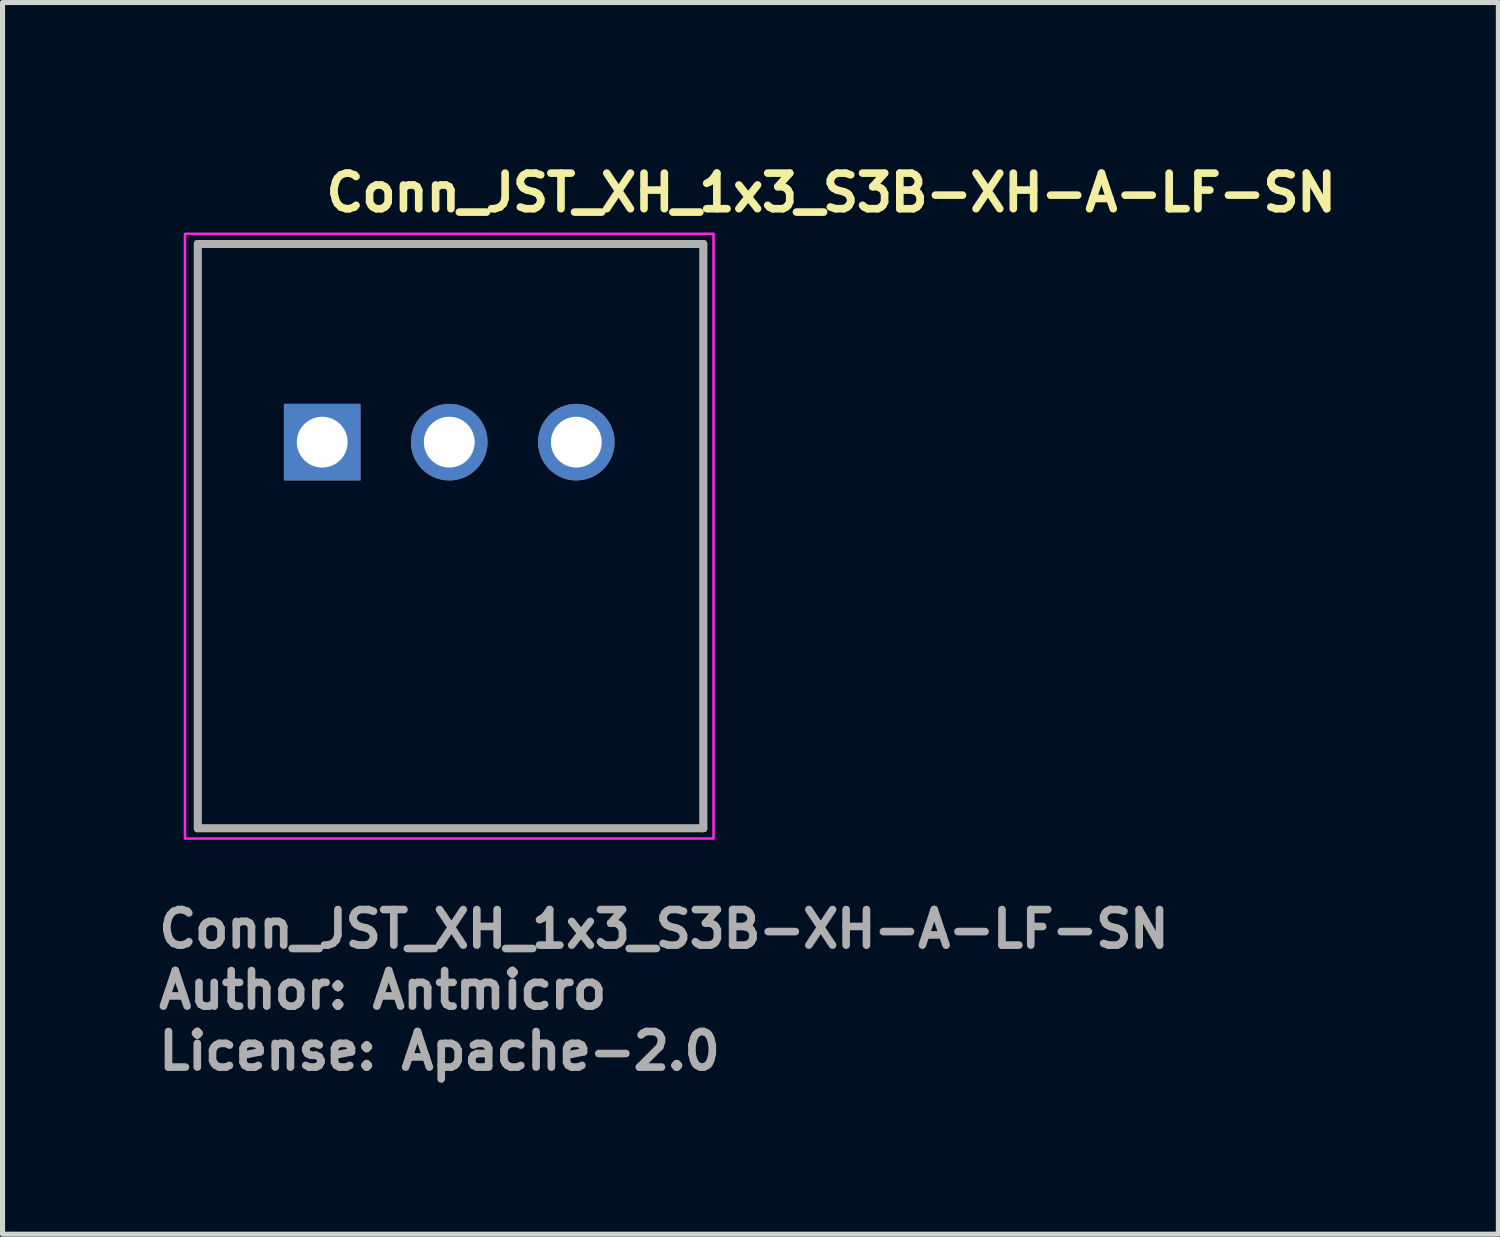
<source format=kicad_pcb>
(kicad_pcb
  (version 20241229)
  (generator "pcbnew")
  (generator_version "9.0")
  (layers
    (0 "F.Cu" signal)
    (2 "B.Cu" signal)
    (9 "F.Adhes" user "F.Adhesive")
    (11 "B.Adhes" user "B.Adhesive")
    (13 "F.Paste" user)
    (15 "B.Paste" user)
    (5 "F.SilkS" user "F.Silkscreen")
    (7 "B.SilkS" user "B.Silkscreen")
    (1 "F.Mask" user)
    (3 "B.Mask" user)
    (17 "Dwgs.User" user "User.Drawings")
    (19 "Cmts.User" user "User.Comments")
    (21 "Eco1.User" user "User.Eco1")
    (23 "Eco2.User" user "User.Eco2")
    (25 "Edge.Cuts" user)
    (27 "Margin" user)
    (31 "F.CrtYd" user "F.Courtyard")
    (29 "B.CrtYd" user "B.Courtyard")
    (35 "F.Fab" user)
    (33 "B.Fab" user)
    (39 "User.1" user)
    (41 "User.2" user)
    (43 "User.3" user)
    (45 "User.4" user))
  (footprint "Conn_JST_XH_1x3_S3B-XH-A-LF-SN"
    (layer "F.Cu")
    (at 3.29 5.65)
    (property "Reference" "Conn_JST_XH_1x3_S3B-XH-A-LF-SN" (at 0 -4.5 0) (layer "F.SilkS") (effects (font (size 0.7 0.7) (thickness 0.15)) (justify left bottom)))
    (attr through_hole)
    (fp_line (start -2.45 -3.9) (end 7.5 -3.9) (stroke (width 0.15) (type solid)) (layer "F.SilkS"))
    (fp_line (start -2.45 7.599) (end -2.45 -3.9) (stroke (width 0.15) (type solid)) (layer "F.SilkS"))
    (fp_line (start 7.5 -3.9) (end 7.5 7.599) (stroke (width 0.15) (type solid)) (layer "F.SilkS"))
    (fp_line (start 7.5 7.599) (end -2.45 7.599) (stroke (width 0.15) (type solid)) (layer "F.SilkS"))
    (fp_rect (start -2.7 -4.1) (end 7.7 7.8) (stroke (width 0.05) (type solid)) (fill no) (layer "F.CrtYd"))
    (fp_line (start -2.45 -3.9) (end 7.5 -3.9) (stroke (width 0.15) (type solid)) (layer "F.Fab"))
    (fp_line (start -2.45 7.599) (end -2.45 -3.9) (stroke (width 0.15) (type solid)) (layer "F.Fab"))
    (fp_line (start 7.5 -3.9) (end 7.5 7.599) (stroke (width 0.15) (type solid)) (layer "F.Fab"))
    (fp_line (start 7.5 7.599) (end -2.45 7.599) (stroke (width 0.15) (type solid)) (layer "F.Fab"))
    (fp_rect (start -2.45 -3.9) (end 7.45 7.599) (stroke (width 0.1) (type solid)) (fill no) (layer "User.5"))
    (fp_line (start -2.45 -3.9) (end -2.45 0.6) (stroke (width 0.02) (type solid)) (layer "User.9"))
    (fp_line (start -2.45 0.6) (end -2.45 7.599) (stroke (width 0.02) (type solid)) (layer "User.9"))
    (fp_line (start -1.549 -3.9) (end -2.45 -3.9) (stroke (width 0.02) (type solid)) (layer "User.9"))
    (fp_line (start -1.549 -3.9) (end -1.549 0.6) (stroke (width 0.02) (type solid)) (layer "User.9"))
    (fp_line (start -0.75 0.6) (end -2.45 0.6) (stroke (width 0.02) (type solid)) (layer "User.9"))
    (fp_line (start -0.75 0.6) (end -0.75 1.6) (stroke (width 0.02) (type solid)) (layer "User.9"))
    (fp_line (start -0.75 1.6) (end 0.75 1.6) (stroke (width 0.02) (type solid)) (layer "User.9"))
    (fp_line (start -0.5 4.6) (end -0.5 6.669) (stroke (width 0.02) (type solid)) (layer "User.9"))
    (fp_line (start -0.5 6.669) (end -0.499 6.675) (stroke (width 0.02) (type solid)) (layer "User.9"))
    (fp_line (start -0.5 7.13) (end -0.5 7.599) (stroke (width 0.02) (type solid)) (layer "User.9"))
    (fp_line (start -0.5 7.599) (end -2.45 7.599) (stroke (width 0.02) (type solid)) (layer "User.9"))
    (fp_line (start -0.5 7.599) (end 0.949 7.599) (stroke (width 0.02) (type solid)) (layer "User.9"))
    (fp_line (start -0.499 4.565) (end -0.5 4.6) (stroke (width 0.02) (type solid)) (layer "User.9"))
    (fp_line (start -0.499 6.675) (end -0.499 6.682) (stroke (width 0.02) (type solid)) (layer "User.9"))
    (fp_line (start -0.499 6.682) (end -0.498 6.688) (stroke (width 0.02) (type solid)) (layer "User.9"))
    (fp_line (start -0.499 7.117) (end -0.499 7.12) (stroke (width 0.02) (type solid)) (layer "User.9"))
    (fp_line (start -0.499 7.12) (end -0.499 7.124) (stroke (width 0.02) (type solid)) (layer "User.9"))
    (fp_line (start -0.499 7.124) (end -0.499 7.127) (stroke (width 0.02) (type solid)) (layer "User.9"))
    (fp_line (start -0.499 7.127) (end -0.5 7.13) (stroke (width 0.02) (type solid)) (layer "User.9"))
    (fp_line (start -0.498 6.688) (end -0.496 6.695) (stroke (width 0.02) (type solid)) (layer "User.9"))
    (fp_line (start -0.498 7.111) (end -0.498 7.114) (stroke (width 0.02) (type solid)) (layer "User.9"))
    (fp_line (start -0.498 7.114) (end -0.499 7.117) (stroke (width 0.02) (type solid)) (layer "User.9"))
    (fp_line (start -0.497 7.108) (end -0.498 7.111) (stroke (width 0.02) (type solid)) (layer "User.9"))
    (fp_line (start -0.496 4.53) (end -0.499 4.565) (stroke (width 0.02) (type solid)) (layer "User.9"))
    (fp_line (start -0.496 6.695) (end -0.494 6.701) (stroke (width 0.02) (type solid)) (layer "User.9"))
    (fp_line (start -0.496 7.104) (end -0.497 7.108) (stroke (width 0.02) (type solid)) (layer "User.9"))
    (fp_line (start -0.495 7.101) (end -0.496 7.104) (stroke (width 0.02) (type solid)) (layer "User.9"))
    (fp_line (start -0.494 6.701) (end -0.492 6.707) (stroke (width 0.02) (type solid)) (layer "User.9"))
    (fp_line (start -0.494 7.098) (end -0.495 7.101) (stroke (width 0.02) (type solid)) (layer "User.9"))
    (fp_line (start -0.493 7.095) (end -0.494 7.098) (stroke (width 0.02) (type solid)) (layer "User.9"))
    (fp_line (start -0.492 4.496) (end -0.496 4.53) (stroke (width 0.02) (type solid)) (layer "User.9"))
    (fp_line (start -0.492 6.707) (end -0.489 6.713) (stroke (width 0.02) (type solid)) (layer "User.9"))
    (fp_line (start -0.492 7.092) (end -0.493 7.095) (stroke (width 0.02) (type solid)) (layer "User.9"))
    (fp_line (start -0.491 7.089) (end -0.492 7.092) (stroke (width 0.02) (type solid)) (layer "User.9"))
    (fp_line (start -0.489 6.713) (end -0.486 6.719) (stroke (width 0.02) (type solid)) (layer "User.9"))
    (fp_line (start -0.489 7.086) (end -0.491 7.089) (stroke (width 0.02) (type solid)) (layer "User.9"))
    (fp_line (start -0.488 7.083) (end -0.489 7.086) (stroke (width 0.02) (type solid)) (layer "User.9"))
    (fp_line (start -0.486 4.462) (end -0.492 4.496) (stroke (width 0.02) (type solid)) (layer "User.9"))
    (fp_line (start -0.486 6.719) (end -0.483 6.724) (stroke (width 0.02) (type solid)) (layer "User.9"))
    (fp_line (start -0.486 7.08) (end -0.488 7.083) (stroke (width 0.02) (type solid)) (layer "User.9"))
    (fp_line (start -0.484 7.078) (end -0.486 7.08) (stroke (width 0.02) (type solid)) (layer "User.9"))
    (fp_line (start -0.483 6.724) (end -0.479 6.729) (stroke (width 0.02) (type solid)) (layer "User.9"))
    (fp_line (start -0.483 7.075) (end -0.484 7.078) (stroke (width 0.02) (type solid)) (layer "User.9"))
    (fp_line (start -0.481 7.072) (end -0.483 7.075) (stroke (width 0.02) (type solid)) (layer "User.9"))
    (fp_line (start -0.479 6.729) (end -0.475 6.734) (stroke (width 0.02) (type solid)) (layer "User.9"))
    (fp_line (start -0.479 7.07) (end -0.481 7.072) (stroke (width 0.02) (type solid)) (layer "User.9"))
    (fp_line (start -0.478 4.429) (end -0.486 4.462) (stroke (width 0.02) (type solid)) (layer "User.9"))
    (fp_line (start -0.477 7.067) (end -0.479 7.07) (stroke (width 0.02) (type solid)) (layer "User.9"))
    (fp_line (start -0.475 6.734) (end -0.47 6.739) (stroke (width 0.02) (type solid)) (layer "User.9"))
    (fp_line (start -0.475 7.065) (end -0.477 7.067) (stroke (width 0.02) (type solid)) (layer "User.9"))
    (fp_line (start -0.473 7.062) (end -0.475 7.065) (stroke (width 0.02) (type solid)) (layer "User.9"))
    (fp_line (start -0.47 6.739) (end -0.466 6.744) (stroke (width 0.02) (type solid)) (layer "User.9"))
    (fp_line (start -0.47 7.06) (end -0.473 7.062) (stroke (width 0.02) (type solid)) (layer "User.9"))
    (fp_line (start -0.469 4.396) (end -0.478 4.429) (stroke (width 0.02) (type solid)) (layer "User.9"))
    (fp_line (start -0.468 7.058) (end -0.47 7.06) (stroke (width 0.02) (type solid)) (layer "User.9"))
    (fp_line (start -0.466 6.744) (end -0.461 6.748) (stroke (width 0.02) (type solid)) (layer "User.9"))
    (fp_line (start -0.466 7.055) (end -0.468 7.058) (stroke (width 0.02) (type solid)) (layer "User.9"))
    (fp_line (start -0.463 7.053) (end -0.466 7.055) (stroke (width 0.02) (type solid)) (layer "User.9"))
    (fp_line (start -0.461 6.748) (end -0.455 6.752) (stroke (width 0.02) (type solid)) (layer "User.9"))
    (fp_line (start -0.461 7.051) (end -0.463 7.053) (stroke (width 0.02) (type solid)) (layer "User.9"))
    (fp_line (start -0.459 4.363) (end -0.469 4.396) (stroke (width 0.02) (type solid)) (layer "User.9"))
    (fp_line (start -0.458 7.049) (end -0.461 7.051) (stroke (width 0.02) (type solid)) (layer "User.9"))
    (fp_line (start -0.455 6.752) (end -0.45 6.755) (stroke (width 0.02) (type solid)) (layer "User.9"))
    (fp_line (start -0.455 7.047) (end -0.458 7.049) (stroke (width 0.02) (type solid)) (layer "User.9"))
    (fp_line (start -0.452 7.046) (end -0.455 7.047) (stroke (width 0.02) (type solid)) (layer "User.9"))
    (fp_line (start -0.45 6.755) (end -0.35 6.813) (stroke (width 0.02) (type solid)) (layer "User.9"))
    (fp_line (start -0.45 7.044) (end -0.452 7.046) (stroke (width 0.02) (type solid)) (layer "User.9"))
    (fp_line (start -0.446 4.332) (end -0.459 4.363) (stroke (width 0.02) (type solid)) (layer "User.9"))
    (fp_line (start -0.432 4.3) (end -0.446 4.332) (stroke (width 0.02) (type solid)) (layer "User.9"))
    (fp_line (start -0.417 4.27) (end -0.432 4.3) (stroke (width 0.02) (type solid)) (layer "User.9"))
    (fp_line (start -0.4 4.24) (end -0.417 4.27) (stroke (width 0.02) (type solid)) (layer "User.9"))
    (fp_line (start -0.382 4.211) (end -0.4 4.24) (stroke (width 0.02) (type solid)) (layer "User.9"))
    (fp_line (start -0.362 4.183) (end -0.382 4.211) (stroke (width 0.02) (type solid)) (layer "User.9"))
    (fp_line (start -0.35 6.813) (end -0.347 6.815) (stroke (width 0.02) (type solid)) (layer "User.9"))
    (fp_line (start -0.35 6.986) (end -0.45 7.044) (stroke (width 0.02) (type solid)) (layer "User.9"))
    (fp_line (start -0.347 6.815) (end -0.344 6.816) (stroke (width 0.02) (type solid)) (layer "User.9"))
    (fp_line (start -0.344 6.816) (end -0.341 6.818) (stroke (width 0.02) (type solid)) (layer "User.9"))
    (fp_line (start -0.344 6.983) (end -0.35 6.986) (stroke (width 0.02) (type solid)) (layer "User.9"))
    (fp_line (start -0.341 4.156) (end -0.362 4.183) (stroke (width 0.02) (type solid)) (layer "User.9"))
    (fp_line (start -0.341 6.818) (end -0.338 6.82) (stroke (width 0.02) (type solid)) (layer "User.9"))
    (fp_line (start -0.338 6.82) (end -0.336 6.822) (stroke (width 0.02) (type solid)) (layer "User.9"))
    (fp_line (start -0.338 6.979) (end -0.344 6.983) (stroke (width 0.02) (type solid)) (layer "User.9"))
    (fp_line (start -0.336 6.822) (end -0.333 6.824) (stroke (width 0.02) (type solid)) (layer "User.9"))
    (fp_line (start -0.333 6.824) (end -0.331 6.827) (stroke (width 0.02) (type solid)) (layer "User.9"))
    (fp_line (start -0.333 6.975) (end -0.338 6.979) (stroke (width 0.02) (type solid)) (layer "User.9"))
    (fp_line (start -0.331 6.827) (end -0.329 6.829) (stroke (width 0.02) (type solid)) (layer "User.9"))
    (fp_line (start -0.329 6.829) (end -0.326 6.831) (stroke (width 0.02) (type solid)) (layer "User.9"))
    (fp_line (start -0.329 6.97) (end -0.333 6.975) (stroke (width 0.02) (type solid)) (layer "User.9"))
    (fp_line (start -0.326 6.831) (end -0.324 6.834) (stroke (width 0.02) (type solid)) (layer "User.9"))
    (fp_line (start -0.324 6.834) (end -0.322 6.836) (stroke (width 0.02) (type solid)) (layer "User.9"))
    (fp_line (start -0.324 6.965) (end -0.329 6.97) (stroke (width 0.02) (type solid)) (layer "User.9"))
    (fp_line (start -0.322 6.836) (end -0.32 6.839) (stroke (width 0.02) (type solid)) (layer "User.9"))
    (fp_line (start -0.32 6.839) (end -0.318 6.841) (stroke (width 0.02) (type solid)) (layer "User.9"))
    (fp_line (start -0.32 6.96) (end -0.324 6.965) (stroke (width 0.02) (type solid)) (layer "User.9"))
    (fp_line (start -0.319 -0.32) (end -0.319 -0.311) (stroke (width 0.02) (type solid)) (layer "User.9"))
    (fp_line (start -0.319 -0.311) (end -0.319 -0.311) (stroke (width 0.02) (type solid)) (layer "User.9"))
    (fp_line (start -0.319 -0.311) (end -0.319 -0.286) (stroke (width 0.02) (type solid)) (layer "User.9"))
    (fp_line (start -0.319 -0.286) (end -0.319 -0.286) (stroke (width 0.02) (type solid)) (layer "User.9"))
    (fp_line (start -0.319 -0.286) (end -0.319 -0.245) (stroke (width 0.02) (type solid)) (layer "User.9"))
    (fp_line (start -0.319 -0.245) (end -0.319 -0.245) (stroke (width 0.02) (type solid)) (layer "User.9"))
    (fp_line (start -0.319 -0.245) (end -0.319 -0.189) (stroke (width 0.02) (type solid)) (layer "User.9"))
    (fp_line (start -0.319 -0.189) (end -0.319 -0.189) (stroke (width 0.02) (type solid)) (layer "User.9"))
    (fp_line (start -0.319 -0.189) (end -0.319 -0.117) (stroke (width 0.02) (type solid)) (layer "User.9"))
    (fp_line (start -0.319 -0.117) (end -0.319 -0.117) (stroke (width 0.02) (type solid)) (layer "User.9"))
    (fp_line (start -0.319 -0.117) (end -0.319 -0.032) (stroke (width 0.02) (type solid)) (layer "User.9"))
    (fp_line (start -0.319 -0.032) (end -0.319 -0.032) (stroke (width 0.02) (type solid)) (layer "User.9"))
    (fp_line (start -0.319 -0.032) (end -0.319 0.066) (stroke (width 0.02) (type solid)) (layer "User.9"))
    (fp_line (start -0.319 0.066) (end -0.319 0.066) (stroke (width 0.02) (type solid)) (layer "User.9"))
    (fp_line (start -0.319 0.066) (end -0.319 0.176) (stroke (width 0.02) (type solid)) (layer "User.9"))
    (fp_line (start -0.319 0.176) (end -0.319 0.176) (stroke (width 0.02) (type solid)) (layer "User.9"))
    (fp_line (start -0.319 0.176) (end -0.319 0.297) (stroke (width 0.02) (type solid)) (layer "User.9"))
    (fp_line (start -0.319 0.297) (end -0.319 0.297) (stroke (width 0.02) (type solid)) (layer "User.9"))
    (fp_line (start -0.319 0.297) (end -0.319 0.427) (stroke (width 0.02) (type solid)) (layer "User.9"))
    (fp_line (start -0.319 0.427) (end -0.319 0.427) (stroke (width 0.02) (type solid)) (layer "User.9"))
    (fp_line (start -0.319 0.427) (end -0.319 1) (stroke (width 0.02) (type solid)) (layer "User.9"))
    (fp_line (start -0.319 1) (end -0.319 1.6) (stroke (width 0.02) (type solid)) (layer "User.9"))
    (fp_line (start -0.319 4.131) (end -0.319 6.84) (stroke (width 0.02) (type solid)) (layer "User.9"))
    (fp_line (start -0.319 6.96) (end -0.319 6.987) (stroke (width 0.02) (type solid)) (layer "User.9"))
    (fp_line (start -0.319 6.987) (end 0.319 6.987) (stroke (width 0.02) (type solid)) (layer "User.9"))
    (fp_line (start -0.318 4.13) (end -0.341 4.156) (stroke (width 0.02) (type solid)) (layer "User.9"))
    (fp_line (start -0.318 6.841) (end -0.316 6.844) (stroke (width 0.02) (type solid)) (layer "User.9"))
    (fp_line (start -0.316 6.844) (end -0.315 6.847) (stroke (width 0.02) (type solid)) (layer "User.9"))
    (fp_line (start -0.316 6.955) (end -0.32 6.96) (stroke (width 0.02) (type solid)) (layer "User.9"))
    (fp_line (start -0.315 6.847) (end -0.313 6.85) (stroke (width 0.02) (type solid)) (layer "User.9"))
    (fp_line (start -0.313 6.85) (end -0.311 6.852) (stroke (width 0.02) (type solid)) (layer "User.9"))
    (fp_line (start -0.313 6.949) (end -0.316 6.955) (stroke (width 0.02) (type solid)) (layer "User.9"))
    (fp_line (start -0.311 6.852) (end -0.31 6.855) (stroke (width 0.02) (type solid)) (layer "User.9"))
    (fp_line (start -0.31 6.855) (end -0.308 6.858) (stroke (width 0.02) (type solid)) (layer "User.9"))
    (fp_line (start -0.31 6.944) (end -0.313 6.949) (stroke (width 0.02) (type solid)) (layer "User.9"))
    (fp_line (start -0.308 6.858) (end -0.307 6.861) (stroke (width 0.02) (type solid)) (layer "User.9"))
    (fp_line (start -0.307 6.861) (end -0.306 6.864) (stroke (width 0.02) (type solid)) (layer "User.9"))
    (fp_line (start -0.307 6.938) (end -0.31 6.944) (stroke (width 0.02) (type solid)) (layer "User.9"))
    (fp_line (start -0.306 6.864) (end -0.305 6.867) (stroke (width 0.02) (type solid)) (layer "User.9"))
    (fp_line (start -0.305 6.867) (end -0.304 6.87) (stroke (width 0.02) (type solid)) (layer "User.9"))
    (fp_line (start -0.305 6.932) (end -0.307 6.938) (stroke (width 0.02) (type solid)) (layer "User.9"))
    (fp_line (start -0.304 6.87) (end -0.303 6.873) (stroke (width 0.02) (type solid)) (layer "User.9"))
    (fp_line (start -0.303 6.873) (end -0.302 6.877) (stroke (width 0.02) (type solid)) (layer "User.9"))
    (fp_line (start -0.303 6.926) (end -0.305 6.932) (stroke (width 0.02) (type solid)) (layer "User.9"))
    (fp_line (start -0.302 6.877) (end -0.301 6.88) (stroke (width 0.02) (type solid)) (layer "User.9"))
    (fp_line (start -0.301 6.88) (end -0.301 6.883) (stroke (width 0.02) (type solid)) (layer "User.9"))
    (fp_line (start -0.301 6.883) (end -0.3 6.886) (stroke (width 0.02) (type solid)) (layer "User.9"))
    (fp_line (start -0.301 6.919) (end -0.303 6.926) (stroke (width 0.02) (type solid)) (layer "User.9"))
    (fp_line (start -0.3 6.886) (end -0.3 6.89) (stroke (width 0.02) (type solid)) (layer "User.9"))
    (fp_line (start -0.3 6.89) (end -0.3 6.893) (stroke (width 0.02) (type solid)) (layer "User.9"))
    (fp_line (start -0.3 6.893) (end -0.3 6.896) (stroke (width 0.02) (type solid)) (layer "User.9"))
    (fp_line (start -0.3 6.896) (end -0.3 6.9) (stroke (width 0.02) (type solid)) (layer "User.9"))
    (fp_line (start -0.3 6.9) (end -0.3 6.9) (stroke (width 0.02) (type solid)) (layer "User.9"))
    (fp_line (start -0.3 6.9) (end -0.3 6.906) (stroke (width 0.02) (type solid)) (layer "User.9"))
    (fp_line (start -0.3 6.906) (end -0.3 6.913) (stroke (width 0.02) (type solid)) (layer "User.9"))
    (fp_line (start -0.3 6.913) (end -0.301 6.919) (stroke (width 0.02) (type solid)) (layer "User.9"))
    (fp_line (start -0.294 4.105) (end -0.318 4.13) (stroke (width 0.02) (type solid)) (layer "User.9"))
    (fp_line (start -0.294 4.105) (end -0.294 4.105) (stroke (width 0.02) (type solid)) (layer "User.9"))
    (fp_line (start -0.269 4.081) (end -0.294 4.105) (stroke (width 0.02) (type solid)) (layer "User.9"))
    (fp_line (start -0.243 4.057) (end -0.269 4.081) (stroke (width 0.02) (type solid)) (layer "User.9"))
    (fp_line (start -0.216 4.037) (end -0.243 4.057) (stroke (width 0.02) (type solid)) (layer "User.9"))
    (fp_line (start -0.188 4.017) (end -0.216 4.037) (stroke (width 0.02) (type solid)) (layer "User.9"))
    (fp_line (start -0.169 7.4) (end -0.319 6.987) (stroke (width 0.02) (type solid)) (layer "User.9"))
    (fp_line (start -0.159 3.999) (end -0.188 4.017) (stroke (width 0.02) (type solid)) (layer "User.9"))
    (fp_line (start -0.129 3.982) (end -0.159 3.999) (stroke (width 0.02) (type solid)) (layer "User.9"))
    (fp_line (start -0.099 3.967) (end -0.129 3.982) (stroke (width 0.02) (type solid)) (layer "User.9"))
    (fp_line (start -0.067 3.953) (end -0.099 3.967) (stroke (width 0.02) (type solid)) (layer "User.9"))
    (fp_line (start -0.036 3.94) (end -0.067 3.953) (stroke (width 0.02) (type solid)) (layer "User.9"))
    (fp_line (start -0.003 3.93) (end -0.036 3.94) (stroke (width 0.02) (type solid)) (layer "User.9"))
    (fp_line (start 0.029 3.921) (end -0.003 3.93) (stroke (width 0.02) (type solid)) (layer "User.9"))
    (fp_line (start 0.062 3.913) (end 0.029 3.921) (stroke (width 0.02) (type solid)) (layer "User.9"))
    (fp_line (start 0.096 3.907) (end 0.062 3.913) (stroke (width 0.02) (type solid)) (layer "User.9"))
    (fp_line (start 0.13 3.903) (end 0.096 3.907) (stroke (width 0.02) (type solid)) (layer "User.9"))
    (fp_line (start 0.165 3.9) (end 0.13 3.903) (stroke (width 0.02) (type solid)) (layer "User.9"))
    (fp_line (start 0.169 7.4) (end -0.169 7.4) (stroke (width 0.02) (type solid)) (layer "User.9"))
    (fp_line (start 0.2 3.9) (end 0.165 3.9) (stroke (width 0.02) (type solid)) (layer "User.9"))
    (fp_line (start 0.319 -0.32) (end -0.319 -0.32) (stroke (width 0.02) (type solid)) (layer "User.9"))
    (fp_line (start 0.319 -0.32) (end 0.319 -0.311) (stroke (width 0.02) (type solid)) (layer "User.9"))
    (fp_line (start 0.319 -0.311) (end 0.319 -0.311) (stroke (width 0.02) (type solid)) (layer "User.9"))
    (fp_line (start 0.319 -0.311) (end 0.319 -0.286) (stroke (width 0.02) (type solid)) (layer "User.9"))
    (fp_line (start 0.319 -0.286) (end 0.319 -0.286) (stroke (width 0.02) (type solid)) (layer "User.9"))
    (fp_line (start 0.319 -0.286) (end 0.319 -0.245) (stroke (width 0.02) (type solid)) (layer "User.9"))
    (fp_line (start 0.319 -0.245) (end 0.319 -0.245) (stroke (width 0.02) (type solid)) (layer "User.9"))
    (fp_line (start 0.319 -0.245) (end 0.319 -0.189) (stroke (width 0.02) (type solid)) (layer "User.9"))
    (fp_line (start 0.319 -0.189) (end 0.319 -0.189) (stroke (width 0.02) (type solid)) (layer "User.9"))
    (fp_line (start 0.319 -0.189) (end 0.319 -0.117) (stroke (width 0.02) (type solid)) (layer "User.9"))
    (fp_line (start 0.319 -0.117) (end 0.319 -0.117) (stroke (width 0.02) (type solid)) (layer "User.9"))
    (fp_line (start 0.319 -0.117) (end 0.319 -0.032) (stroke (width 0.02) (type solid)) (layer "User.9"))
    (fp_line (start 0.319 -0.032) (end 0.319 -0.032) (stroke (width 0.02) (type solid)) (layer "User.9"))
    (fp_line (start 0.319 -0.032) (end 0.319 0.066) (stroke (width 0.02) (type solid)) (layer "User.9"))
    (fp_line (start 0.319 0.066) (end 0.319 0.066) (stroke (width 0.02) (type solid)) (layer "User.9"))
    (fp_line (start 0.319 0.066) (end 0.319 0.176) (stroke (width 0.02) (type solid)) (layer "User.9"))
    (fp_line (start 0.319 0.176) (end 0.319 0.176) (stroke (width 0.02) (type solid)) (layer "User.9"))
    (fp_line (start 0.319 0.176) (end 0.319 0.297) (stroke (width 0.02) (type solid)) (layer "User.9"))
    (fp_line (start 0.319 0.297) (end 0.319 0.297) (stroke (width 0.02) (type solid)) (layer "User.9"))
    (fp_line (start 0.319 0.297) (end 0.319 0.427) (stroke (width 0.02) (type solid)) (layer "User.9"))
    (fp_line (start 0.319 0.427) (end 0.319 0.427) (stroke (width 0.02) (type solid)) (layer "User.9"))
    (fp_line (start 0.319 0.427) (end 0.319 1) (stroke (width 0.02) (type solid)) (layer "User.9"))
    (fp_line (start 0.319 1) (end 0.319 1.6) (stroke (width 0.02) (type solid)) (layer "User.9"))
    (fp_line (start 0.319 3.9) (end 0.319 6.987) (stroke (width 0.02) (type solid)) (layer "User.9"))
    (fp_line (start 0.319 6.987) (end 0.169 7.4) (stroke (width 0.02) (type solid)) (layer "User.9"))
    (fp_line (start 0.75 1.6) (end 0.75 0.6) (stroke (width 0.02) (type solid)) (layer "User.9"))
    (fp_line (start 0.949 3.9) (end 0.2 3.9) (stroke (width 0.02) (type solid)) (layer "User.9"))
    (fp_line (start 0.949 7.599) (end 0.949 3.9) (stroke (width 0.02) (type solid)) (layer "User.9"))
    (fp_line (start 1.75 0.6) (end 0.75 0.6) (stroke (width 0.02) (type solid)) (layer "User.9"))
    (fp_line (start 1.75 0.6) (end 1.75 1.6) (stroke (width 0.02) (type solid)) (layer "User.9"))
    (fp_line (start 1.75 1.6) (end 3.25 1.6) (stroke (width 0.02) (type solid)) (layer "User.9"))
    (fp_line (start 2.18 -0.32) (end 2.18 -0.311) (stroke (width 0.02) (type solid)) (layer "User.9"))
    (fp_line (start 2.18 -0.311) (end 2.18 -0.311) (stroke (width 0.02) (type solid)) (layer "User.9"))
    (fp_line (start 2.18 -0.311) (end 2.18 -0.286) (stroke (width 0.02) (type solid)) (layer "User.9"))
    (fp_line (start 2.18 -0.286) (end 2.18 -0.286) (stroke (width 0.02) (type solid)) (layer "User.9"))
    (fp_line (start 2.18 -0.286) (end 2.18 -0.245) (stroke (width 0.02) (type solid)) (layer "User.9"))
    (fp_line (start 2.18 -0.245) (end 2.18 -0.245) (stroke (width 0.02) (type solid)) (layer "User.9"))
    (fp_line (start 2.18 -0.245) (end 2.18 -0.189) (stroke (width 0.02) (type solid)) (layer "User.9"))
    (fp_line (start 2.18 -0.189) (end 2.18 -0.189) (stroke (width 0.02) (type solid)) (layer "User.9"))
    (fp_line (start 2.18 -0.189) (end 2.18 -0.117) (stroke (width 0.02) (type solid)) (layer "User.9"))
    (fp_line (start 2.18 -0.117) (end 2.18 -0.117) (stroke (width 0.02) (type solid)) (layer "User.9"))
    (fp_line (start 2.18 -0.117) (end 2.18 -0.032) (stroke (width 0.02) (type solid)) (layer "User.9"))
    (fp_line (start 2.18 -0.032) (end 2.18 -0.032) (stroke (width 0.02) (type solid)) (layer "User.9"))
    (fp_line (start 2.18 -0.032) (end 2.18 0.066) (stroke (width 0.02) (type solid)) (layer "User.9"))
    (fp_line (start 2.18 0.066) (end 2.18 0.066) (stroke (width 0.02) (type solid)) (layer "User.9"))
    (fp_line (start 2.18 0.066) (end 2.18 0.176) (stroke (width 0.02) (type solid)) (layer "User.9"))
    (fp_line (start 2.18 0.176) (end 2.18 0.176) (stroke (width 0.02) (type solid)) (layer "User.9"))
    (fp_line (start 2.18 0.176) (end 2.18 0.297) (stroke (width 0.02) (type solid)) (layer "User.9"))
    (fp_line (start 2.18 0.297) (end 2.18 0.297) (stroke (width 0.02) (type solid)) (layer "User.9"))
    (fp_line (start 2.18 0.297) (end 2.18 0.427) (stroke (width 0.02) (type solid)) (layer "User.9"))
    (fp_line (start 2.18 0.427) (end 2.18 0.427) (stroke (width 0.02) (type solid)) (layer "User.9"))
    (fp_line (start 2.18 0.427) (end 2.18 1) (stroke (width 0.02) (type solid)) (layer "User.9"))
    (fp_line (start 2.18 1) (end 2.18 1.6) (stroke (width 0.02) (type solid)) (layer "User.9"))
    (fp_line (start 2.82 -0.32) (end 2.18 -0.32) (stroke (width 0.02) (type solid)) (layer "User.9"))
    (fp_line (start 2.82 -0.32) (end 2.82 -0.311) (stroke (width 0.02) (type solid)) (layer "User.9"))
    (fp_line (start 2.82 -0.311) (end 2.82 -0.311) (stroke (width 0.02) (type solid)) (layer "User.9"))
    (fp_line (start 2.82 -0.311) (end 2.82 -0.286) (stroke (width 0.02) (type solid)) (layer "User.9"))
    (fp_line (start 2.82 -0.286) (end 2.82 -0.286) (stroke (width 0.02) (type solid)) (layer "User.9"))
    (fp_line (start 2.82 -0.286) (end 2.82 -0.245) (stroke (width 0.02) (type solid)) (layer "User.9"))
    (fp_line (start 2.82 -0.245) (end 2.82 -0.245) (stroke (width 0.02) (type solid)) (layer "User.9"))
    (fp_line (start 2.82 -0.245) (end 2.82 -0.189) (stroke (width 0.02) (type solid)) (layer "User.9"))
    (fp_line (start 2.82 -0.189) (end 2.82 -0.189) (stroke (width 0.02) (type solid)) (layer "User.9"))
    (fp_line (start 2.82 -0.189) (end 2.82 -0.117) (stroke (width 0.02) (type solid)) (layer "User.9"))
    (fp_line (start 2.82 -0.117) (end 2.82 -0.117) (stroke (width 0.02) (type solid)) (layer "User.9"))
    (fp_line (start 2.82 -0.117) (end 2.82 -0.032) (stroke (width 0.02) (type solid)) (layer "User.9"))
    (fp_line (start 2.82 -0.032) (end 2.82 -0.032) (stroke (width 0.02) (type solid)) (layer "User.9"))
    (fp_line (start 2.82 -0.032) (end 2.82 0.066) (stroke (width 0.02) (type solid)) (layer "User.9"))
    (fp_line (start 2.82 0.066) (end 2.82 0.066) (stroke (width 0.02) (type solid)) (layer "User.9"))
    (fp_line (start 2.82 0.066) (end 2.82 0.176) (stroke (width 0.02) (type solid)) (layer "User.9"))
    (fp_line (start 2.82 0.176) (end 2.82 0.176) (stroke (width 0.02) (type solid)) (layer "User.9"))
    (fp_line (start 2.82 0.176) (end 2.82 0.297) (stroke (width 0.02) (type solid)) (layer "User.9"))
    (fp_line (start 2.82 0.297) (end 2.82 0.297) (stroke (width 0.02) (type solid)) (layer "User.9"))
    (fp_line (start 2.82 0.297) (end 2.82 0.427) (stroke (width 0.02) (type solid)) (layer "User.9"))
    (fp_line (start 2.82 0.427) (end 2.82 0.427) (stroke (width 0.02) (type solid)) (layer "User.9"))
    (fp_line (start 2.82 0.427) (end 2.82 1) (stroke (width 0.02) (type solid)) (layer "User.9"))
    (fp_line (start 2.82 1) (end 2.82 1.6) (stroke (width 0.02) (type solid)) (layer "User.9"))
    (fp_line (start 3.25 1.6) (end 3.25 0.6) (stroke (width 0.02) (type solid)) (layer "User.9"))
    (fp_line (start 4.049 3.9) (end 4.049 7.599) (stroke (width 0.02) (type solid)) (layer "User.9"))
    (fp_line (start 4.049 7.599) (end 0.949 7.599) (stroke (width 0.02) (type solid)) (layer "User.9"))
    (fp_line (start 4.049 7.599) (end 5.5 7.599) (stroke (width 0.02) (type solid)) (layer "User.9"))
    (fp_line (start 4.25 0.6) (end 3.25 0.6) (stroke (width 0.02) (type solid)) (layer "User.9"))
    (fp_line (start 4.25 0.6) (end 4.25 1.6) (stroke (width 0.02) (type solid)) (layer "User.9"))
    (fp_line (start 4.25 1.6) (end 5.75 1.6) (stroke (width 0.02) (type solid)) (layer "User.9"))
    (fp_line (start 4.68 -0.32) (end 4.68 -0.311) (stroke (width 0.02) (type solid)) (layer "User.9"))
    (fp_line (start 4.68 -0.311) (end 4.68 -0.311) (stroke (width 0.02) (type solid)) (layer "User.9"))
    (fp_line (start 4.68 -0.311) (end 4.68 -0.286) (stroke (width 0.02) (type solid)) (layer "User.9"))
    (fp_line (start 4.68 -0.286) (end 4.68 -0.286) (stroke (width 0.02) (type solid)) (layer "User.9"))
    (fp_line (start 4.68 -0.286) (end 4.68 -0.245) (stroke (width 0.02) (type solid)) (layer "User.9"))
    (fp_line (start 4.68 -0.245) (end 4.68 -0.245) (stroke (width 0.02) (type solid)) (layer "User.9"))
    (fp_line (start 4.68 -0.245) (end 4.68 -0.189) (stroke (width 0.02) (type solid)) (layer "User.9"))
    (fp_line (start 4.68 -0.189) (end 4.68 -0.189) (stroke (width 0.02) (type solid)) (layer "User.9"))
    (fp_line (start 4.68 -0.189) (end 4.68 -0.117) (stroke (width 0.02) (type solid)) (layer "User.9"))
    (fp_line (start 4.68 -0.117) (end 4.68 -0.117) (stroke (width 0.02) (type solid)) (layer "User.9"))
    (fp_line (start 4.68 -0.117) (end 4.68 -0.032) (stroke (width 0.02) (type solid)) (layer "User.9"))
    (fp_line (start 4.68 -0.032) (end 4.68 -0.032) (stroke (width 0.02) (type solid)) (layer "User.9"))
    (fp_line (start 4.68 -0.032) (end 4.68 0.066) (stroke (width 0.02) (type solid)) (layer "User.9"))
    (fp_line (start 4.68 0.066) (end 4.68 0.066) (stroke (width 0.02) (type solid)) (layer "User.9"))
    (fp_line (start 4.68 0.066) (end 4.68 0.176) (stroke (width 0.02) (type solid)) (layer "User.9"))
    (fp_line (start 4.68 0.176) (end 4.68 0.176) (stroke (width 0.02) (type solid)) (layer "User.9"))
    (fp_line (start 4.68 0.176) (end 4.68 0.297) (stroke (width 0.02) (type solid)) (layer "User.9"))
    (fp_line (start 4.68 0.297) (end 4.68 0.297) (stroke (width 0.02) (type solid)) (layer "User.9"))
    (fp_line (start 4.68 0.297) (end 4.68 0.427) (stroke (width 0.02) (type solid)) (layer "User.9"))
    (fp_line (start 4.68 0.427) (end 4.68 0.427) (stroke (width 0.02) (type solid)) (layer "User.9"))
    (fp_line (start 4.68 0.427) (end 4.68 1) (stroke (width 0.02) (type solid)) (layer "User.9"))
    (fp_line (start 4.68 1) (end 4.68 1.6) (stroke (width 0.02) (type solid)) (layer "User.9"))
    (fp_line (start 4.68 3.9) (end 4.68 6.987) (stroke (width 0.02) (type solid)) (layer "User.9"))
    (fp_line (start 4.68 6.987) (end 5.32 6.987) (stroke (width 0.02) (type solid)) (layer "User.9"))
    (fp_line (start 4.8 3.9) (end 4.049 3.9) (stroke (width 0.02) (type solid)) (layer "User.9"))
    (fp_line (start 4.83 7.4) (end 4.68 6.987) (stroke (width 0.02) (type solid)) (layer "User.9"))
    (fp_line (start 4.834 3.9) (end 4.8 3.9) (stroke (width 0.02) (type solid)) (layer "User.9"))
    (fp_line (start 4.869 3.903) (end 4.834 3.9) (stroke (width 0.02) (type solid)) (layer "User.9"))
    (fp_line (start 4.903 3.907) (end 4.869 3.903) (stroke (width 0.02) (type solid)) (layer "User.9"))
    (fp_line (start 4.937 3.913) (end 4.903 3.907) (stroke (width 0.02) (type solid)) (layer "User.9"))
    (fp_line (start 4.97 3.921) (end 4.937 3.913) (stroke (width 0.02) (type solid)) (layer "User.9"))
    (fp_line (start 5.003 3.93) (end 4.97 3.921) (stroke (width 0.02) (type solid)) (layer "User.9"))
    (fp_line (start 5.036 3.94) (end 5.003 3.93) (stroke (width 0.02) (type solid)) (layer "User.9"))
    (fp_line (start 5.067 3.953) (end 5.036 3.94) (stroke (width 0.02) (type solid)) (layer "User.9"))
    (fp_line (start 5.099 3.967) (end 5.067 3.953) (stroke (width 0.02) (type solid)) (layer "User.9"))
    (fp_line (start 5.129 3.982) (end 5.099 3.967) (stroke (width 0.02) (type solid)) (layer "User.9"))
    (fp_line (start 5.159 3.999) (end 5.129 3.982) (stroke (width 0.02) (type solid)) (layer "User.9"))
    (fp_line (start 5.17 7.4) (end 4.83 7.4) (stroke (width 0.02) (type solid)) (layer "User.9"))
    (fp_line (start 5.188 4.017) (end 5.159 3.999) (stroke (width 0.02) (type solid)) (layer "User.9"))
    (fp_line (start 5.216 4.037) (end 5.188 4.017) (stroke (width 0.02) (type solid)) (layer "User.9"))
    (fp_line (start 5.243 4.057) (end 5.216 4.037) (stroke (width 0.02) (type solid)) (layer "User.9"))
    (fp_line (start 5.269 4.081) (end 5.243 4.057) (stroke (width 0.02) (type solid)) (layer "User.9"))
    (fp_line (start 5.294 4.105) (end 5.269 4.081) (stroke (width 0.02) (type solid)) (layer "User.9"))
    (fp_line (start 5.294 4.105) (end 5.294 4.105) (stroke (width 0.02) (type solid)) (layer "User.9"))
    (fp_line (start 5.3 6.886) (end 5.301 6.88) (stroke (width 0.02) (type solid)) (layer "User.9"))
    (fp_line (start 5.3 6.893) (end 5.3 6.886) (stroke (width 0.02) (type solid)) (layer "User.9"))
    (fp_line (start 5.3 6.9) (end 5.3 6.893) (stroke (width 0.02) (type solid)) (layer "User.9"))
    (fp_line (start 5.3 6.9) (end 5.3 6.9) (stroke (width 0.02) (type solid)) (layer "User.9"))
    (fp_line (start 5.3 6.903) (end 5.3 6.9) (stroke (width 0.02) (type solid)) (layer "User.9"))
    (fp_line (start 5.3 6.906) (end 5.3 6.903) (stroke (width 0.02) (type solid)) (layer "User.9"))
    (fp_line (start 5.3 6.909) (end 5.3 6.906) (stroke (width 0.02) (type solid)) (layer "User.9"))
    (fp_line (start 5.3 6.913) (end 5.3 6.909) (stroke (width 0.02) (type solid)) (layer "User.9"))
    (fp_line (start 5.301 6.88) (end 5.303 6.873) (stroke (width 0.02) (type solid)) (layer "User.9"))
    (fp_line (start 5.301 6.916) (end 5.3 6.913) (stroke (width 0.02) (type solid)) (layer "User.9"))
    (fp_line (start 5.301 6.919) (end 5.301 6.916) (stroke (width 0.02) (type solid)) (layer "User.9"))
    (fp_line (start 5.302 6.922) (end 5.301 6.919) (stroke (width 0.02) (type solid)) (layer "User.9"))
    (fp_line (start 5.303 6.873) (end 5.305 6.867) (stroke (width 0.02) (type solid)) (layer "User.9"))
    (fp_line (start 5.303 6.926) (end 5.302 6.922) (stroke (width 0.02) (type solid)) (layer "User.9"))
    (fp_line (start 5.304 6.929) (end 5.303 6.926) (stroke (width 0.02) (type solid)) (layer "User.9"))
    (fp_line (start 5.305 6.867) (end 5.307 6.861) (stroke (width 0.02) (type solid)) (layer "User.9"))
    (fp_line (start 5.305 6.932) (end 5.304 6.929) (stroke (width 0.02) (type solid)) (layer "User.9"))
    (fp_line (start 5.306 6.935) (end 5.305 6.932) (stroke (width 0.02) (type solid)) (layer "User.9"))
    (fp_line (start 5.307 6.861) (end 5.31 6.855) (stroke (width 0.02) (type solid)) (layer "User.9"))
    (fp_line (start 5.307 6.938) (end 5.306 6.935) (stroke (width 0.02) (type solid)) (layer "User.9"))
    (fp_line (start 5.308 6.941) (end 5.307 6.938) (stroke (width 0.02) (type solid)) (layer "User.9"))
    (fp_line (start 5.31 6.855) (end 5.313 6.85) (stroke (width 0.02) (type solid)) (layer "User.9"))
    (fp_line (start 5.31 6.944) (end 5.308 6.941) (stroke (width 0.02) (type solid)) (layer "User.9"))
    (fp_line (start 5.311 6.947) (end 5.31 6.944) (stroke (width 0.02) (type solid)) (layer "User.9"))
    (fp_line (start 5.313 6.85) (end 5.316 6.844) (stroke (width 0.02) (type solid)) (layer "User.9"))
    (fp_line (start 5.313 6.949) (end 5.311 6.947) (stroke (width 0.02) (type solid)) (layer "User.9"))
    (fp_line (start 5.315 6.952) (end 5.313 6.949) (stroke (width 0.02) (type solid)) (layer "User.9"))
    (fp_line (start 5.316 6.844) (end 5.32 6.839) (stroke (width 0.02) (type solid)) (layer "User.9"))
    (fp_line (start 5.316 6.955) (end 5.315 6.952) (stroke (width 0.02) (type solid)) (layer "User.9"))
    (fp_line (start 5.318 4.13) (end 5.294 4.105) (stroke (width 0.02) (type solid)) (layer "User.9"))
    (fp_line (start 5.318 6.958) (end 5.316 6.955) (stroke (width 0.02) (type solid)) (layer "User.9"))
    (fp_line (start 5.32 -0.32) (end 4.68 -0.32) (stroke (width 0.02) (type solid)) (layer "User.9"))
    (fp_line (start 5.32 -0.32) (end 5.32 -0.311) (stroke (width 0.02) (type solid)) (layer "User.9"))
    (fp_line (start 5.32 -0.311) (end 5.32 -0.311) (stroke (width 0.02) (type solid)) (layer "User.9"))
    (fp_line (start 5.32 -0.311) (end 5.32 -0.286) (stroke (width 0.02) (type solid)) (layer "User.9"))
    (fp_line (start 5.32 -0.286) (end 5.32 -0.286) (stroke (width 0.02) (type solid)) (layer "User.9"))
    (fp_line (start 5.32 -0.286) (end 5.32 -0.245) (stroke (width 0.02) (type solid)) (layer "User.9"))
    (fp_line (start 5.32 -0.245) (end 5.32 -0.245) (stroke (width 0.02) (type solid)) (layer "User.9"))
    (fp_line (start 5.32 -0.245) (end 5.32 -0.189) (stroke (width 0.02) (type solid)) (layer "User.9"))
    (fp_line (start 5.32 -0.189) (end 5.32 -0.189) (stroke (width 0.02) (type solid)) (layer "User.9"))
    (fp_line (start 5.32 -0.189) (end 5.32 -0.117) (stroke (width 0.02) (type solid)) (layer "User.9"))
    (fp_line (start 5.32 -0.117) (end 5.32 -0.117) (stroke (width 0.02) (type solid)) (layer "User.9"))
    (fp_line (start 5.32 -0.117) (end 5.32 -0.032) (stroke (width 0.02) (type solid)) (layer "User.9"))
    (fp_line (start 5.32 -0.032) (end 5.32 -0.032) (stroke (width 0.02) (type solid)) (layer "User.9"))
    (fp_line (start 5.32 -0.032) (end 5.32 0.066) (stroke (width 0.02) (type solid)) (layer "User.9"))
    (fp_line (start 5.32 0.066) (end 5.32 0.066) (stroke (width 0.02) (type solid)) (layer "User.9"))
    (fp_line (start 5.32 0.066) (end 5.32 0.176) (stroke (width 0.02) (type solid)) (layer "User.9"))
    (fp_line (start 5.32 0.176) (end 5.32 0.176) (stroke (width 0.02) (type solid)) (layer "User.9"))
    (fp_line (start 5.32 0.176) (end 5.32 0.297) (stroke (width 0.02) (type solid)) (layer "User.9"))
    (fp_line (start 5.32 0.297) (end 5.32 0.297) (stroke (width 0.02) (type solid)) (layer "User.9"))
    (fp_line (start 5.32 0.297) (end 5.32 0.427) (stroke (width 0.02) (type solid)) (layer "User.9"))
    (fp_line (start 5.32 0.427) (end 5.32 0.427) (stroke (width 0.02) (type solid)) (layer "User.9"))
    (fp_line (start 5.32 0.427) (end 5.32 1) (stroke (width 0.02) (type solid)) (layer "User.9"))
    (fp_line (start 5.32 1) (end 5.32 1.6) (stroke (width 0.02) (type solid)) (layer "User.9"))
    (fp_line (start 5.32 4.131) (end 5.32 6.84) (stroke (width 0.02) (type solid)) (layer "User.9"))
    (fp_line (start 5.32 6.839) (end 5.324 6.834) (stroke (width 0.02) (type solid)) (layer "User.9"))
    (fp_line (start 5.32 6.96) (end 5.318 6.958) (stroke (width 0.02) (type solid)) (layer "User.9"))
    (fp_line (start 5.32 6.96) (end 5.32 6.987) (stroke (width 0.02) (type solid)) (layer "User.9"))
    (fp_line (start 5.32 6.987) (end 5.17 7.4) (stroke (width 0.02) (type solid)) (layer "User.9"))
    (fp_line (start 5.322 6.963) (end 5.32 6.96) (stroke (width 0.02) (type solid)) (layer "User.9"))
    (fp_line (start 5.324 6.834) (end 5.329 6.829) (stroke (width 0.02) (type solid)) (layer "User.9"))
    (fp_line (start 5.324 6.965) (end 5.322 6.963) (stroke (width 0.02) (type solid)) (layer "User.9"))
    (fp_line (start 5.326 6.968) (end 5.324 6.965) (stroke (width 0.02) (type solid)) (layer "User.9"))
    (fp_line (start 5.329 6.829) (end 5.333 6.824) (stroke (width 0.02) (type solid)) (layer "User.9"))
    (fp_line (start 5.329 6.97) (end 5.326 6.968) (stroke (width 0.02) (type solid)) (layer "User.9"))
    (fp_line (start 5.331 6.972) (end 5.329 6.97) (stroke (width 0.02) (type solid)) (layer "User.9"))
    (fp_line (start 5.333 6.824) (end 5.338 6.82) (stroke (width 0.02) (type solid)) (layer "User.9"))
    (fp_line (start 5.333 6.975) (end 5.331 6.972) (stroke (width 0.02) (type solid)) (layer "User.9"))
    (fp_line (start 5.336 6.977) (end 5.333 6.975) (stroke (width 0.02) (type solid)) (layer "User.9"))
    (fp_line (start 5.338 6.82) (end 5.344 6.816) (stroke (width 0.02) (type solid)) (layer "User.9"))
    (fp_line (start 5.338 6.979) (end 5.336 6.977) (stroke (width 0.02) (type solid)) (layer "User.9"))
    (fp_line (start 5.341 4.156) (end 5.318 4.13) (stroke (width 0.02) (type solid)) (layer "User.9"))
    (fp_line (start 5.341 6.981) (end 5.338 6.979) (stroke (width 0.02) (type solid)) (layer "User.9"))
    (fp_line (start 5.344 6.816) (end 5.349 6.813) (stroke (width 0.02) (type solid)) (layer "User.9"))
    (fp_line (start 5.344 6.983) (end 5.341 6.981) (stroke (width 0.02) (type solid)) (layer "User.9"))
    (fp_line (start 5.347 6.984) (end 5.344 6.983) (stroke (width 0.02) (type solid)) (layer "User.9"))
    (fp_line (start 5.349 6.813) (end 5.45 6.755) (stroke (width 0.02) (type solid)) (layer "User.9"))
    (fp_line (start 5.349 6.986) (end 5.347 6.984) (stroke (width 0.02) (type solid)) (layer "User.9"))
    (fp_line (start 5.362 4.183) (end 5.341 4.156) (stroke (width 0.02) (type solid)) (layer "User.9"))
    (fp_line (start 5.382 4.211) (end 5.362 4.183) (stroke (width 0.02) (type solid)) (layer "User.9"))
    (fp_line (start 5.4 4.24) (end 5.382 4.211) (stroke (width 0.02) (type solid)) (layer "User.9"))
    (fp_line (start 5.417 4.27) (end 5.4 4.24) (stroke (width 0.02) (type solid)) (layer "User.9"))
    (fp_line (start 5.432 4.3) (end 5.417 4.27) (stroke (width 0.02) (type solid)) (layer "User.9"))
    (fp_line (start 5.446 4.332) (end 5.432 4.3) (stroke (width 0.02) (type solid)) (layer "User.9"))
    (fp_line (start 5.45 6.755) (end 5.452 6.753) (stroke (width 0.02) (type solid)) (layer "User.9"))
    (fp_line (start 5.45 7.044) (end 5.349 6.986) (stroke (width 0.02) (type solid)) (layer "User.9"))
    (fp_line (start 5.452 6.753) (end 5.455 6.752) (stroke (width 0.02) (type solid)) (layer "User.9"))
    (fp_line (start 5.455 6.752) (end 5.458 6.75) (stroke (width 0.02) (type solid)) (layer "User.9"))
    (fp_line (start 5.455 7.047) (end 5.45 7.044) (stroke (width 0.02) (type solid)) (layer "User.9"))
    (fp_line (start 5.458 6.75) (end 5.461 6.748) (stroke (width 0.02) (type solid)) (layer "User.9"))
    (fp_line (start 5.459 4.363) (end 5.446 4.332) (stroke (width 0.02) (type solid)) (layer "User.9"))
    (fp_line (start 5.461 6.748) (end 5.463 6.746) (stroke (width 0.02) (type solid)) (layer "User.9"))
    (fp_line (start 5.461 7.051) (end 5.455 7.047) (stroke (width 0.02) (type solid)) (layer "User.9"))
    (fp_line (start 5.463 6.746) (end 5.466 6.744) (stroke (width 0.02) (type solid)) (layer "User.9"))
    (fp_line (start 5.466 6.744) (end 5.468 6.741) (stroke (width 0.02) (type solid)) (layer "User.9"))
    (fp_line (start 5.466 7.055) (end 5.461 7.051) (stroke (width 0.02) (type solid)) (layer "User.9"))
    (fp_line (start 5.468 6.741) (end 5.47 6.739) (stroke (width 0.02) (type solid)) (layer "User.9"))
    (fp_line (start 5.469 4.396) (end 5.459 4.363) (stroke (width 0.02) (type solid)) (layer "User.9"))
    (fp_line (start 5.47 6.739) (end 5.473 6.737) (stroke (width 0.02) (type solid)) (layer "User.9"))
    (fp_line (start 5.47 7.06) (end 5.466 7.055) (stroke (width 0.02) (type solid)) (layer "User.9"))
    (fp_line (start 5.473 6.737) (end 5.475 6.734) (stroke (width 0.02) (type solid)) (layer "User.9"))
    (fp_line (start 5.475 6.734) (end 5.477 6.732) (stroke (width 0.02) (type solid)) (layer "User.9"))
    (fp_line (start 5.475 7.065) (end 5.47 7.06) (stroke (width 0.02) (type solid)) (layer "User.9"))
    (fp_line (start 5.477 6.732) (end 5.479 6.729) (stroke (width 0.02) (type solid)) (layer "User.9"))
    (fp_line (start 5.478 4.429) (end 5.469 4.396) (stroke (width 0.02) (type solid)) (layer "User.9"))
    (fp_line (start 5.479 6.729) (end 5.481 6.727) (stroke (width 0.02) (type solid)) (layer "User.9"))
    (fp_line (start 5.479 7.07) (end 5.475 7.065) (stroke (width 0.02) (type solid)) (layer "User.9"))
    (fp_line (start 5.481 6.727) (end 5.483 6.724) (stroke (width 0.02) (type solid)) (layer "User.9"))
    (fp_line (start 5.483 6.724) (end 5.484 6.721) (stroke (width 0.02) (type solid)) (layer "User.9"))
    (fp_line (start 5.483 7.075) (end 5.479 7.07) (stroke (width 0.02) (type solid)) (layer "User.9"))
    (fp_line (start 5.484 6.721) (end 5.486 6.719) (stroke (width 0.02) (type solid)) (layer "User.9"))
    (fp_line (start 5.486 4.462) (end 5.478 4.429) (stroke (width 0.02) (type solid)) (layer "User.9"))
    (fp_line (start 5.486 6.719) (end 5.488 6.716) (stroke (width 0.02) (type solid)) (layer "User.9"))
    (fp_line (start 5.486 7.08) (end 5.483 7.075) (stroke (width 0.02) (type solid)) (layer "User.9"))
    (fp_line (start 5.488 6.716) (end 5.489 6.713) (stroke (width 0.02) (type solid)) (layer "User.9"))
    (fp_line (start 5.489 6.713) (end 5.491 6.71) (stroke (width 0.02) (type solid)) (layer "User.9"))
    (fp_line (start 5.489 7.086) (end 5.486 7.08) (stroke (width 0.02) (type solid)) (layer "User.9"))
    (fp_line (start 5.491 6.71) (end 5.492 6.707) (stroke (width 0.02) (type solid)) (layer "User.9"))
    (fp_line (start 5.492 4.496) (end 5.486 4.462) (stroke (width 0.02) (type solid)) (layer "User.9"))
    (fp_line (start 5.492 6.707) (end 5.493 6.704) (stroke (width 0.02) (type solid)) (layer "User.9"))
    (fp_line (start 5.492 7.092) (end 5.489 7.086) (stroke (width 0.02) (type solid)) (layer "User.9"))
    (fp_line (start 5.493 6.704) (end 5.494 6.701) (stroke (width 0.02) (type solid)) (layer "User.9"))
    (fp_line (start 5.494 6.701) (end 5.495 6.698) (stroke (width 0.02) (type solid)) (layer "User.9"))
    (fp_line (start 5.494 7.098) (end 5.492 7.092) (stroke (width 0.02) (type solid)) (layer "User.9"))
    (fp_line (start 5.495 6.698) (end 5.496 6.695) (stroke (width 0.02) (type solid)) (layer "User.9"))
    (fp_line (start 5.496 4.53) (end 5.492 4.496) (stroke (width 0.02) (type solid)) (layer "User.9"))
    (fp_line (start 5.496 6.695) (end 5.497 6.691) (stroke (width 0.02) (type solid)) (layer "User.9"))
    (fp_line (start 5.496 7.104) (end 5.494 7.098) (stroke (width 0.02) (type solid)) (layer "User.9"))
    (fp_line (start 5.497 6.691) (end 5.498 6.688) (stroke (width 0.02) (type solid)) (layer "User.9"))
    (fp_line (start 5.498 6.685) (end 5.499 6.682) (stroke (width 0.02) (type solid)) (layer "User.9"))
    (fp_line (start 5.498 6.688) (end 5.498 6.685) (stroke (width 0.02) (type solid)) (layer "User.9"))
    (fp_line (start 5.498 7.111) (end 5.496 7.104) (stroke (width 0.02) (type solid)) (layer "User.9"))
    (fp_line (start 5.499 4.565) (end 5.496 4.53) (stroke (width 0.02) (type solid)) (layer "User.9"))
    (fp_line (start 5.499 6.672) (end 5.5 6.669) (stroke (width 0.02) (type solid)) (layer "User.9"))
    (fp_line (start 5.499 6.675) (end 5.499 6.672) (stroke (width 0.02) (type solid)) (layer "User.9"))
    (fp_line (start 5.499 6.679) (end 5.499 6.675) (stroke (width 0.02) (type solid)) (layer "User.9"))
    (fp_line (start 5.499 6.682) (end 5.499 6.679) (stroke (width 0.02) (type solid)) (layer "User.9"))
    (fp_line (start 5.499 7.117) (end 5.498 7.111) (stroke (width 0.02) (type solid)) (layer "User.9"))
    (fp_line (start 5.499 7.124) (end 5.499 7.117) (stroke (width 0.02) (type solid)) (layer "User.9"))
    (fp_line (start 5.5 4.6) (end 5.499 4.565) (stroke (width 0.02) (type solid)) (layer "User.9"))
    (fp_line (start 5.5 6.669) (end 5.5 4.6) (stroke (width 0.02) (type solid)) (layer "User.9"))
    (fp_line (start 5.5 7.13) (end 5.499 7.124) (stroke (width 0.02) (type solid)) (layer "User.9"))
    (fp_line (start 5.5 7.599) (end 5.5 7.13) (stroke (width 0.02) (type solid)) (layer "User.9"))
    (fp_line (start 5.75 1.6) (end 5.75 0.6) (stroke (width 0.02) (type solid)) (layer "User.9"))
    (fp_line (start 6.55 -3.9) (end 6.55 0.6) (stroke (width 0.02) (type solid)) (layer "User.9"))
    (fp_line (start 6.55 -3.9) (end 7.45 -3.9) (stroke (width 0.02) (type solid)) (layer "User.9"))
    (fp_line (start 7.45 -3.9) (end 7.45 0.6) (stroke (width 0.02) (type solid)) (layer "User.9"))
    (fp_line (start 7.45 0.6) (end 5.75 0.6) (stroke (width 0.02) (type solid)) (layer "User.9"))
    (fp_line (start 7.45 0.6) (end 7.45 7.599) (stroke (width 0.02) (type solid)) (layer "User.9"))
    (fp_line (start 7.45 7.599) (end 5.5 7.599) (stroke (width 0.02) (type solid)) (layer "User.9"))
    (fp_text user "${REFERENCE}" (at -3.29 9.99 0) (layer "F.Fab") (effects (font (size 0.7 0.7) (thickness 0.15)) (justify left bottom)))
    (fp_text user "License: Apache-2.0" (at -3.29 12.39 0) (layer "F.Fab") (effects (font (size 0.7 0.7) (thickness 0.15)) (justify left bottom)))
    (fp_text user "Author: Antmicro" (at -3.29 11.19 0) (layer "F.Fab") (effects (font (size 0.7 0.7) (thickness 0.15)) (justify left bottom)))
    (pad "1" thru_hole rect (at 0 0) (size 1.508 1.508) (drill 1) (layers "*.Cu" "*.Mask"))
    (pad "2" thru_hole circle (at 2.5 0) (size 1.508 1.508) (drill 1) (layers "*.Cu" "*.Mask"))
    (pad "3" thru_hole circle (at 5 0) (size 1.508 1.508) (drill 1) (layers "*.Cu" "*.Mask")))
  (gr_rect
    (start -3 -3)
    (end 26.433 21.235)
    (stroke (width 0.1) (type default))
    (fill no)
    (layer "Edge.Cuts")))
</source>
